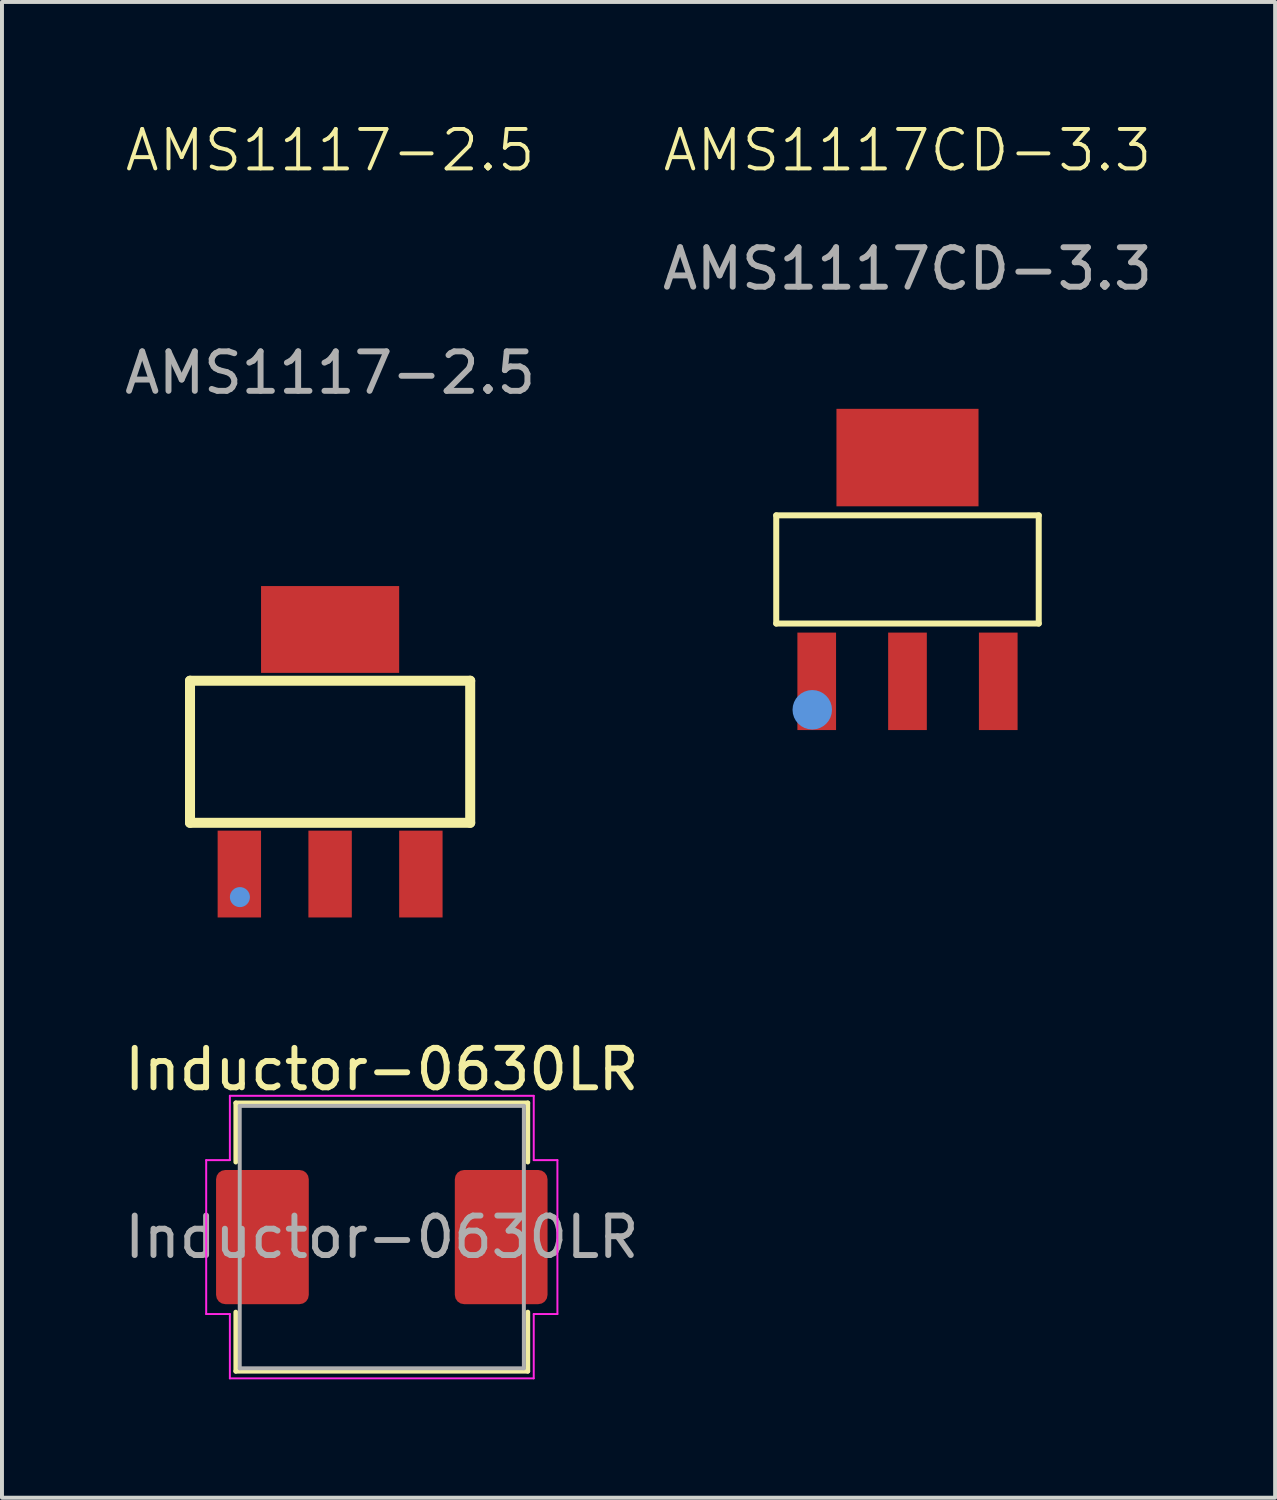
<source format=kicad_pcb>
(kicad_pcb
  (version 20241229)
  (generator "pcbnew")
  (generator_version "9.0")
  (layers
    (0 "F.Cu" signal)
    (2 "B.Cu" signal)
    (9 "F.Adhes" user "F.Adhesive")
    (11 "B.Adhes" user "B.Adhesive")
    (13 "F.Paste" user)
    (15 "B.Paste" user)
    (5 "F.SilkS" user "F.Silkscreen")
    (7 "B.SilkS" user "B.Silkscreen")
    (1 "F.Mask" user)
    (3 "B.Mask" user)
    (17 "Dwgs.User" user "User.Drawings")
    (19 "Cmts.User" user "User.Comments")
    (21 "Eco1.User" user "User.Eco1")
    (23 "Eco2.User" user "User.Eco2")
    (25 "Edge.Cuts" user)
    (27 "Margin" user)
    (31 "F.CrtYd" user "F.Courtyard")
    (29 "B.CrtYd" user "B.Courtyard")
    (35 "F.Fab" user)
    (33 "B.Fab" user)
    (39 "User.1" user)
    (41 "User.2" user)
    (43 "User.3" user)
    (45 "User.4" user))
  (footprint "AMS1117CD-3.3"
    (layer "F.Cu")
    (at 19.946 11.38)
    (property "Reference" "AMS1117CD-3.3" (at 0 -10.62 0) (unlocked yes) (layer "F.SilkS") (effects (font (size 1 1) (thickness 0.1))))
    (attr smd)
    (fp_line (start -3.326 -1.371) (end 3.326 -1.371) (stroke (width 0.152) (type solid)) (layer "F.SilkS"))
    (fp_line (start -3.326 1.371) (end -3.326 -1.371) (stroke (width 0.152) (type solid)) (layer "F.SilkS"))
    (fp_line (start 3.326 -1.371) (end 3.326 1.371) (stroke (width 0.152) (type solid)) (layer "F.SilkS"))
    (fp_line (start 3.326 1.371) (end -3.326 1.371) (stroke (width 0.152) (type solid)) (layer "F.SilkS"))
    (fp_circle (center -2.413 3.556) (end -2.413 3.806) (stroke (width 0.5) (type solid)) (fill no) (layer "Cmts.User"))
    (fp_text user "${REFERENCE}" (at 0 -7.62 0) (unlocked yes) (layer "F.Fab") (effects (font (size 1 1) (thickness 0.15))))
    (pad "1" smd rect (at -2.3 2.835 270) (size 2.47 0.98) (layers "F.Cu" "F.Mask" "F.Paste"))
    (pad "2" smd rect (at 0 2.835 270) (size 2.47 0.98) (layers "F.Cu" "F.Mask" "F.Paste"))
    (pad "3" smd rect (at 2.3 2.835 270) (size 2.47 0.98) (layers "F.Cu" "F.Mask" "F.Paste"))
    (pad "4" smd rect (at 0 -2.835 270) (size 2.47 3.6) (layers "F.Cu" "F.Mask" "F.Paste")))
  (footprint "Inductor-0630LR"
    (layer "F.Cu")
    (at 6.625 28.298)
    (property "Reference" "Inductor-0630LR" (at 0 -4.25 0) (layer "F.SilkS") (effects (font (size 1 1) (thickness 0.15))))
    (attr smd)
    (fp_line (start -3.7 -3.4) (end -3.7 -1.9) (stroke (width 0.12) (type solid)) (layer "F.SilkS"))
    (fp_line (start -3.7 3.4) (end -3.7 1.9) (stroke (width 0.12) (type solid)) (layer "F.SilkS"))
    (fp_line (start -3.7 3.4) (end 3.7 3.4) (stroke (width 0.12) (type solid)) (layer "F.SilkS"))
    (fp_line (start 3.7 -3.4) (end -3.7 -3.4) (stroke (width 0.12) (type solid)) (layer "F.SilkS"))
    (fp_line (start 3.7 -3.4) (end 3.7 -1.9) (stroke (width 0.12) (type solid)) (layer "F.SilkS"))
    (fp_line (start 3.7 3.4) (end 3.7 1.9) (stroke (width 0.12) (type solid)) (layer "F.SilkS"))
    (fp_line (start -4.45 -1.95) (end -4.45 1.95) (stroke (width 0.05) (type solid)) (layer "F.CrtYd"))
    (fp_line (start -4.45 1.95) (end -3.85 1.95) (stroke (width 0.05) (type solid)) (layer "F.CrtYd"))
    (fp_line (start -3.85 -3.58) (end -3.85 -1.95) (stroke (width 0.05) (type solid)) (layer "F.CrtYd"))
    (fp_line (start -3.85 -1.95) (end -4.45 -1.95) (stroke (width 0.05) (type solid)) (layer "F.CrtYd"))
    (fp_line (start -3.85 1.95) (end -3.85 3.58) (stroke (width 0.05) (type solid)) (layer "F.CrtYd"))
    (fp_line (start -3.85 3.58) (end 3.85 3.58) (stroke (width 0.05) (type solid)) (layer "F.CrtYd"))
    (fp_line (start 3.85 -3.58) (end -3.85 -3.58) (stroke (width 0.05) (type solid)) (layer "F.CrtYd"))
    (fp_line (start 3.85 -1.95) (end 3.85 -3.58) (stroke (width 0.05) (type solid)) (layer "F.CrtYd"))
    (fp_line (start 3.85 1.95) (end 4.45 1.95) (stroke (width 0.05) (type solid)) (layer "F.CrtYd"))
    (fp_line (start 3.85 3.58) (end 3.85 1.95) (stroke (width 0.05) (type solid)) (layer "F.CrtYd"))
    (fp_line (start 4.45 -1.95) (end 3.85 -1.95) (stroke (width 0.05) (type solid)) (layer "F.CrtYd"))
    (fp_line (start 4.45 1.95) (end 4.45 -1.95) (stroke (width 0.05) (type solid)) (layer "F.CrtYd"))
    (fp_line (start -3.6 -3.325) (end 3.6 -3.325) (stroke (width 0.1) (type solid)) (layer "F.Fab"))
    (fp_line (start -3.6 3.325) (end -3.6 -3.325) (stroke (width 0.1) (type solid)) (layer "F.Fab"))
    (fp_line (start 3.6 -3.325) (end 3.6 3.325) (stroke (width 0.1) (type solid)) (layer "F.Fab"))
    (fp_line (start 3.6 3.325) (end -3.6 3.325) (stroke (width 0.1) (type solid)) (layer "F.Fab"))
    (fp_text user "${REFERENCE}" (at 0 0 0) (layer "F.Fab") (effects (font (size 1 1) (thickness 0.15))))
    (pad "1" smd roundrect (at -3.025 0) (size 2.35 3.4) (layers "F.Cu" "F.Mask" "F.Paste") (roundrect_rratio 0.1))
    (pad "2" smd roundrect (at 3.025 0) (size 2.35 3.4) (layers "F.Cu" "F.Mask" "F.Paste") (roundrect_rratio 0.1)))
  (footprint "AMS1117-2.5"
    (layer "F.Cu")
    (at 5.315 16)
    (property "Reference" "AMS1117-2.5" (at 0 -15.24 0) (unlocked yes) (layer "F.SilkS") (effects (font (size 1 1) (thickness 0.1))))
    (attr smd)
    (fp_line (start -3.55 -1.8) (end -3.55 1.8) (stroke (width 0.254) (type solid)) (layer "F.SilkS"))
    (fp_line (start -3.55 -1.8) (end 3.55 -1.8) (stroke (width 0.254) (type solid)) (layer "F.SilkS"))
    (fp_line (start -3.55 1.8) (end 3.55 1.8) (stroke (width 0.254) (type solid)) (layer "F.SilkS"))
    (fp_line (start 3.55 -1.8) (end 3.55 1.8) (stroke (width 0.254) (type solid)) (layer "F.SilkS"))
    (fp_circle (center -2.286 3.683) (end -2.286 3.81) (stroke (width 0.254) (type solid)) (fill no) (layer "Cmts.User"))
    (fp_text user "${REFERENCE}" (at 0 -9.601 0) (unlocked yes) (layer "F.Fab") (effects (font (size 1 1) (thickness 0.15))))
    (pad "1" smd rect (at -2.3 3.099) (size 1.1 2.2) (layers "F.Cu" "F.Mask" "F.Paste"))
    (pad "2" smd rect (at 0 3.099) (size 1.1 2.2) (layers "F.Cu" "F.Mask" "F.Paste"))
    (pad "3" smd rect (at 2.3 3.099) (size 1.1 2.2) (layers "F.Cu" "F.Mask" "F.Paste"))
    (pad "4" smd rect (at 0 -3.099 270) (size 2.2 3.5) (layers "F.Cu" "F.Mask" "F.Paste")))
  (gr_rect
    (start -3 -3)
    (end 29.262 34.903)
    (stroke (width 0.1) (type default))
    (fill no)
    (layer "Edge.Cuts")))
</source>
